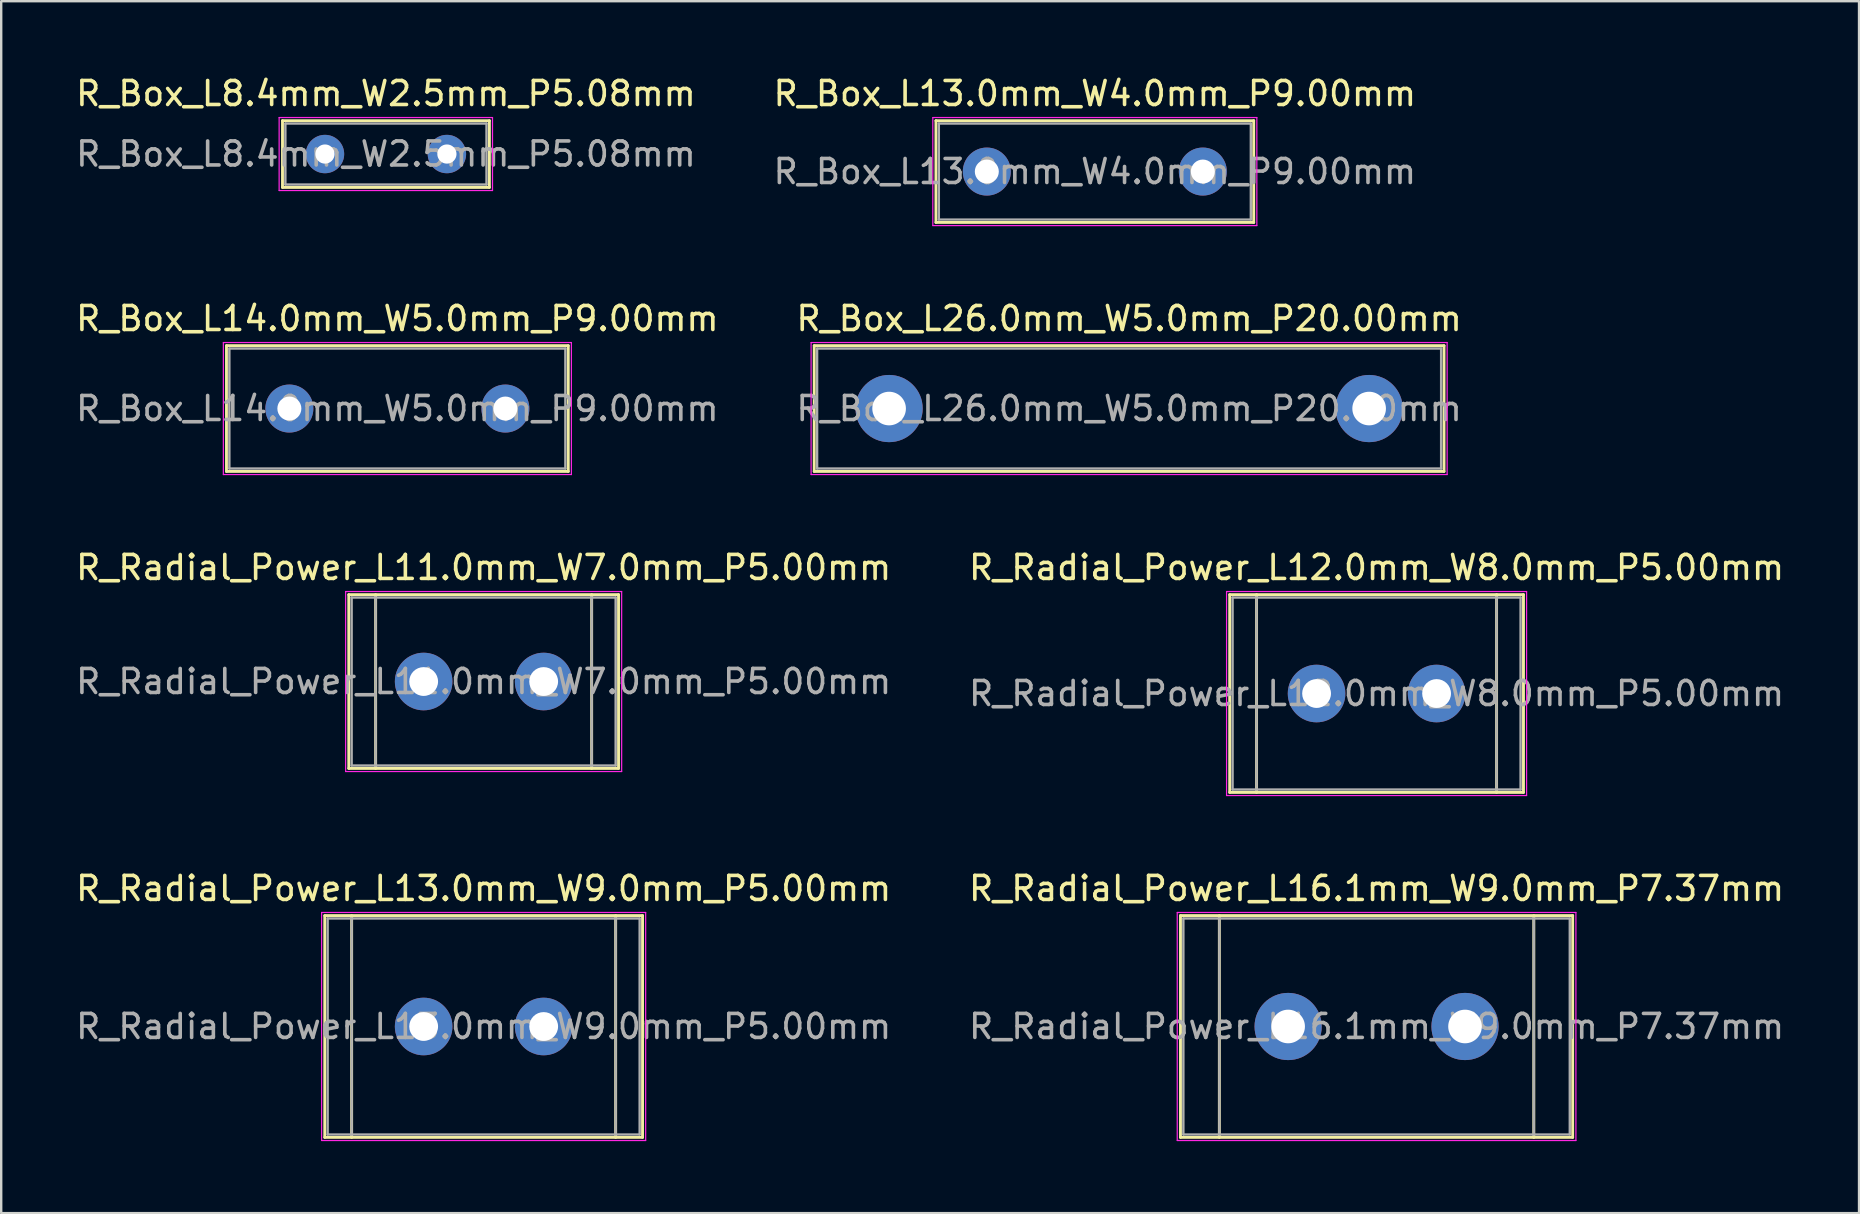
<source format=kicad_pcb>
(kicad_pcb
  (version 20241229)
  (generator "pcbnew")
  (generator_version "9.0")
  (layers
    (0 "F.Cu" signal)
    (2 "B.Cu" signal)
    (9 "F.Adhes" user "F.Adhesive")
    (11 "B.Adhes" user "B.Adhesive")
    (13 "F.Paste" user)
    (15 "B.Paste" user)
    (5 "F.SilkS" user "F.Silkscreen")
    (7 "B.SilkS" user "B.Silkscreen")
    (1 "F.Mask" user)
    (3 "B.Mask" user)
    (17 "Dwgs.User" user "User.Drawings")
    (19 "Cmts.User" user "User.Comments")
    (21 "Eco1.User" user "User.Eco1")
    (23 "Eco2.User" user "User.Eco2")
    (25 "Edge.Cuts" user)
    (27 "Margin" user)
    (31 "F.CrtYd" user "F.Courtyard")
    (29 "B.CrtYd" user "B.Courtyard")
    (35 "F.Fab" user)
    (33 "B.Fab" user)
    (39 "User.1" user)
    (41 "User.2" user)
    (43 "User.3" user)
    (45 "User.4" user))
  (footprint "R_Box_L8.4mm_W2.5mm_P5.08mm"
    (layer "F.Cu")
    (at 10.49 3.368)
    (property "Reference" "R_Box_L8.4mm_W2.5mm_P5.08mm" (at 2.54 -2.52 0) (layer "F.SilkS") (effects (font (size 1 1) (thickness 0.15))))
    (attr through_hole)
    (fp_line (start -1.77 -1.39) (end -1.77 1.39) (stroke (width 0.12) (type solid)) (layer "F.SilkS"))
    (fp_line (start -1.77 -1.39) (end 6.85 -1.39) (stroke (width 0.12) (type solid)) (layer "F.SilkS"))
    (fp_line (start -1.77 1.39) (end 6.85 1.39) (stroke (width 0.12) (type solid)) (layer "F.SilkS"))
    (fp_line (start 6.85 -1.39) (end 6.85 1.39) (stroke (width 0.12) (type solid)) (layer "F.SilkS"))
    (fp_line (start -1.91 -1.52) (end -1.91 1.52) (stroke (width 0.05) (type solid)) (layer "F.CrtYd"))
    (fp_line (start -1.91 1.52) (end 6.98 1.52) (stroke (width 0.05) (type solid)) (layer "F.CrtYd"))
    (fp_line (start 6.98 -1.52) (end -1.91 -1.52) (stroke (width 0.05) (type solid)) (layer "F.CrtYd"))
    (fp_line (start 6.98 1.52) (end 6.98 -1.52) (stroke (width 0.05) (type solid)) (layer "F.CrtYd"))
    (fp_line (start -1.65 -1.27) (end -1.65 1.27) (stroke (width 0.1) (type solid)) (layer "F.Fab"))
    (fp_line (start -1.65 1.27) (end 6.73 1.27) (stroke (width 0.1) (type solid)) (layer "F.Fab"))
    (fp_line (start 6.73 -1.27) (end -1.65 -1.27) (stroke (width 0.1) (type solid)) (layer "F.Fab"))
    (fp_line (start 6.73 1.27) (end 6.73 -1.27) (stroke (width 0.1) (type solid)) (layer "F.Fab"))
    (fp_text user "${REFERENCE}" (at 2.54 0 0) (layer "F.Fab") (effects (font (size 1 1) (thickness 0.15))))
    (pad "1" thru_hole circle (at 0 0) (size 1.6 1.6) (drill 0.8) (layers "*.Cu" "*.Mask"))
    (pad "2" thru_hole circle (at 5.08 0) (size 1.6 1.6) (drill 0.8) (layers "*.Cu" "*.Mask")))
  (footprint "R_Radial_Power_L12.0mm_W8.0mm_P5.00mm"
    (layer "F.Cu")
    (at 51.804 25.845)
    (property "Reference" "R_Radial_Power_L12.0mm_W8.0mm_P5.00mm" (at 2.5 -5.25 0) (layer "F.SilkS") (effects (font (size 1 1) (thickness 0.15))))
    (attr through_hole)
    (fp_line (start -3.62 -4.12) (end -3.62 4.12) (stroke (width 0.12) (type solid)) (layer "F.SilkS"))
    (fp_line (start -3.62 -4.12) (end 8.62 -4.12) (stroke (width 0.12) (type solid)) (layer "F.SilkS"))
    (fp_line (start -3.62 4.12) (end 8.62 4.12) (stroke (width 0.12) (type solid)) (layer "F.SilkS"))
    (fp_line (start -2.5 -4.12) (end -2.5 4.12) (stroke (width 0.12) (type solid)) (layer "F.SilkS"))
    (fp_line (start 7.5 -4.12) (end 7.5 4.12) (stroke (width 0.12) (type solid)) (layer "F.SilkS"))
    (fp_line (start 8.62 -4.12) (end 8.62 4.12) (stroke (width 0.12) (type solid)) (layer "F.SilkS"))
    (fp_line (start -3.75 -4.25) (end -3.75 4.25) (stroke (width 0.05) (type solid)) (layer "F.CrtYd"))
    (fp_line (start -3.75 4.25) (end 8.75 4.25) (stroke (width 0.05) (type solid)) (layer "F.CrtYd"))
    (fp_line (start 8.75 -4.25) (end -3.75 -4.25) (stroke (width 0.05) (type solid)) (layer "F.CrtYd"))
    (fp_line (start 8.75 4.25) (end 8.75 -4.25) (stroke (width 0.05) (type solid)) (layer "F.CrtYd"))
    (fp_line (start -3.5 -4) (end -3.5 4) (stroke (width 0.1) (type solid)) (layer "F.Fab"))
    (fp_line (start -3.5 4) (end 8.5 4) (stroke (width 0.1) (type solid)) (layer "F.Fab"))
    (fp_line (start -2.5 -4) (end -2.5 4) (stroke (width 0.1) (type solid)) (layer "F.Fab"))
    (fp_line (start 7.5 -4) (end 7.5 4) (stroke (width 0.1) (type solid)) (layer "F.Fab"))
    (fp_line (start 8.5 -4) (end -3.5 -4) (stroke (width 0.1) (type solid)) (layer "F.Fab"))
    (fp_line (start 8.5 4) (end 8.5 -4) (stroke (width 0.1) (type solid)) (layer "F.Fab"))
    (fp_text user "${REFERENCE}" (at 2.5 0 0) (layer "F.Fab") (effects (font (size 1 1) (thickness 0.15))))
    (pad "1" thru_hole circle (at 0 0) (size 2.4 2.4) (drill 1.2) (layers "*.Cu" "*.Mask"))
    (pad "2" thru_hole circle (at 5 0) (size 2.4 2.4) (drill 1.2) (layers "*.Cu" "*.Mask")))
  (footprint "R_Box_L13.0mm_W4.0mm_P9.00mm"
    (layer "F.Cu")
    (at 38.065 4.098)
    (property "Reference" "R_Box_L13.0mm_W4.0mm_P9.00mm" (at 4.5 -3.25 0) (layer "F.SilkS") (effects (font (size 1 1) (thickness 0.15))))
    (attr through_hole)
    (fp_line (start -2.12 -2.12) (end -2.12 2.12) (stroke (width 0.12) (type solid)) (layer "F.SilkS"))
    (fp_line (start -2.12 -2.12) (end 11.12 -2.12) (stroke (width 0.12) (type solid)) (layer "F.SilkS"))
    (fp_line (start -2.12 2.12) (end 11.12 2.12) (stroke (width 0.12) (type solid)) (layer "F.SilkS"))
    (fp_line (start 11.12 -2.12) (end 11.12 2.12) (stroke (width 0.12) (type solid)) (layer "F.SilkS"))
    (fp_line (start -2.25 -2.25) (end -2.25 2.25) (stroke (width 0.05) (type solid)) (layer "F.CrtYd"))
    (fp_line (start -2.25 2.25) (end 11.25 2.25) (stroke (width 0.05) (type solid)) (layer "F.CrtYd"))
    (fp_line (start 11.25 -2.25) (end -2.25 -2.25) (stroke (width 0.05) (type solid)) (layer "F.CrtYd"))
    (fp_line (start 11.25 2.25) (end 11.25 -2.25) (stroke (width 0.05) (type solid)) (layer "F.CrtYd"))
    (fp_line (start -2 -2) (end -2 2) (stroke (width 0.1) (type solid)) (layer "F.Fab"))
    (fp_line (start -2 2) (end 11 2) (stroke (width 0.1) (type solid)) (layer "F.Fab"))
    (fp_line (start 11 -2) (end -2 -2) (stroke (width 0.1) (type solid)) (layer "F.Fab"))
    (fp_line (start 11 2) (end 11 -2) (stroke (width 0.1) (type solid)) (layer "F.Fab"))
    (fp_text user "${REFERENCE}" (at 4.5 0 0) (layer "F.Fab") (effects (font (size 1 1) (thickness 0.15))))
    (pad "1" thru_hole circle (at 0 0) (size 2 2) (drill 1) (layers "*.Cu" "*.Mask"))
    (pad "2" thru_hole circle (at 9 0) (size 2 2) (drill 1) (layers "*.Cu" "*.Mask")))
  (footprint "R_Radial_Power_L16.1mm_W9.0mm_P7.37mm"
    (layer "F.Cu")
    (at 50.619 39.718)
    (property "Reference" "R_Radial_Power_L16.1mm_W9.0mm_P7.37mm" (at 3.685 -5.75 0) (layer "F.SilkS") (effects (font (size 1 1) (thickness 0.15))))
    (attr through_hole)
    (fp_line (start -4.485 -4.62) (end -4.485 4.62) (stroke (width 0.12) (type solid)) (layer "F.SilkS"))
    (fp_line (start -4.485 -4.62) (end 11.855 -4.62) (stroke (width 0.12) (type solid)) (layer "F.SilkS"))
    (fp_line (start -4.485 4.62) (end 11.855 4.62) (stroke (width 0.12) (type solid)) (layer "F.SilkS"))
    (fp_line (start -2.866 -4.62) (end -2.866 4.62) (stroke (width 0.12) (type solid)) (layer "F.SilkS"))
    (fp_line (start 10.236 -4.62) (end 10.236 4.62) (stroke (width 0.12) (type solid)) (layer "F.SilkS"))
    (fp_line (start 11.855 -4.62) (end 11.855 4.62) (stroke (width 0.12) (type solid)) (layer "F.SilkS"))
    (fp_line (start -4.62 -4.75) (end -4.62 4.75) (stroke (width 0.05) (type solid)) (layer "F.CrtYd"))
    (fp_line (start -4.62 4.75) (end 11.99 4.75) (stroke (width 0.05) (type solid)) (layer "F.CrtYd"))
    (fp_line (start 11.99 -4.75) (end -4.62 -4.75) (stroke (width 0.05) (type solid)) (layer "F.CrtYd"))
    (fp_line (start 11.99 4.75) (end 11.99 -4.75) (stroke (width 0.05) (type solid)) (layer "F.CrtYd"))
    (fp_line (start -4.365 -4.5) (end -4.365 4.5) (stroke (width 0.1) (type solid)) (layer "F.Fab"))
    (fp_line (start -4.365 4.5) (end 11.735 4.5) (stroke (width 0.1) (type solid)) (layer "F.Fab"))
    (fp_line (start -2.865 -4.5) (end -2.865 4.5) (stroke (width 0.1) (type solid)) (layer "F.Fab"))
    (fp_line (start 10.235 -4.5) (end 10.235 4.5) (stroke (width 0.1) (type solid)) (layer "F.Fab"))
    (fp_line (start 11.735 -4.5) (end -4.365 -4.5) (stroke (width 0.1) (type solid)) (layer "F.Fab"))
    (fp_line (start 11.735 4.5) (end 11.735 -4.5) (stroke (width 0.1) (type solid)) (layer "F.Fab"))
    (fp_text user "${REFERENCE}" (at 3.685 0 0) (layer "F.Fab") (effects (font (size 1 1) (thickness 0.15))))
    (pad "1" thru_hole circle (at 0 0) (size 2.8 2.8) (drill 1.4) (layers "*.Cu" "*.Mask"))
    (pad "2" thru_hole circle (at 7.37 0) (size 2.8 2.8) (drill 1.4) (layers "*.Cu" "*.Mask")))
  (footprint "R_Box_L14.0mm_W5.0mm_P9.00mm"
    (layer "F.Cu")
    (at 9.006 13.972)
    (property "Reference" "R_Box_L14.0mm_W5.0mm_P9.00mm" (at 4.5 -3.75 0) (layer "F.SilkS") (effects (font (size 1 1) (thickness 0.15))))
    (attr through_hole)
    (fp_line (start -2.62 -2.62) (end -2.62 2.62) (stroke (width 0.12) (type solid)) (layer "F.SilkS"))
    (fp_line (start -2.62 -2.62) (end 11.62 -2.62) (stroke (width 0.12) (type solid)) (layer "F.SilkS"))
    (fp_line (start -2.62 2.62) (end 11.62 2.62) (stroke (width 0.12) (type solid)) (layer "F.SilkS"))
    (fp_line (start 11.62 -2.62) (end 11.62 2.62) (stroke (width 0.12) (type solid)) (layer "F.SilkS"))
    (fp_line (start -2.75 -2.75) (end -2.75 2.75) (stroke (width 0.05) (type solid)) (layer "F.CrtYd"))
    (fp_line (start -2.75 2.75) (end 11.75 2.75) (stroke (width 0.05) (type solid)) (layer "F.CrtYd"))
    (fp_line (start 11.75 -2.75) (end -2.75 -2.75) (stroke (width 0.05) (type solid)) (layer "F.CrtYd"))
    (fp_line (start 11.75 2.75) (end 11.75 -2.75) (stroke (width 0.05) (type solid)) (layer "F.CrtYd"))
    (fp_line (start -2.5 -2.5) (end -2.5 2.5) (stroke (width 0.1) (type solid)) (layer "F.Fab"))
    (fp_line (start -2.5 2.5) (end 11.5 2.5) (stroke (width 0.1) (type solid)) (layer "F.Fab"))
    (fp_line (start 11.5 -2.5) (end -2.5 -2.5) (stroke (width 0.1) (type solid)) (layer "F.Fab"))
    (fp_line (start 11.5 2.5) (end 11.5 -2.5) (stroke (width 0.1) (type solid)) (layer "F.Fab"))
    (fp_text user "${REFERENCE}" (at 4.5 0 0) (layer "F.Fab") (effects (font (size 1 1) (thickness 0.15))))
    (pad "1" thru_hole circle (at 0 0) (size 2 2) (drill 1) (layers "*.Cu" "*.Mask"))
    (pad "2" thru_hole circle (at 9 0) (size 2 2) (drill 1) (layers "*.Cu" "*.Mask")))
  (footprint "R_Radial_Power_L11.0mm_W7.0mm_P5.00mm"
    (layer "F.Cu")
    (at 14.601 25.345)
    (property "Reference" "R_Radial_Power_L11.0mm_W7.0mm_P5.00mm" (at 2.5 -4.75 0) (layer "F.SilkS") (effects (font (size 1 1) (thickness 0.15))))
    (attr through_hole)
    (fp_line (start -3.12 -3.62) (end -3.12 3.62) (stroke (width 0.12) (type solid)) (layer "F.SilkS"))
    (fp_line (start -3.12 -3.62) (end 8.12 -3.62) (stroke (width 0.12) (type solid)) (layer "F.SilkS"))
    (fp_line (start -3.12 3.62) (end 8.12 3.62) (stroke (width 0.12) (type solid)) (layer "F.SilkS"))
    (fp_line (start -2 -3.62) (end -2 3.62) (stroke (width 0.12) (type solid)) (layer "F.SilkS"))
    (fp_line (start 7 -3.62) (end 7 3.62) (stroke (width 0.12) (type solid)) (layer "F.SilkS"))
    (fp_line (start 8.12 -3.62) (end 8.12 3.62) (stroke (width 0.12) (type solid)) (layer "F.SilkS"))
    (fp_line (start -3.25 -3.75) (end -3.25 3.75) (stroke (width 0.05) (type solid)) (layer "F.CrtYd"))
    (fp_line (start -3.25 3.75) (end 8.25 3.75) (stroke (width 0.05) (type solid)) (layer "F.CrtYd"))
    (fp_line (start 8.25 -3.75) (end -3.25 -3.75) (stroke (width 0.05) (type solid)) (layer "F.CrtYd"))
    (fp_line (start 8.25 3.75) (end 8.25 -3.75) (stroke (width 0.05) (type solid)) (layer "F.CrtYd"))
    (fp_line (start -3 -3.5) (end -3 3.5) (stroke (width 0.1) (type solid)) (layer "F.Fab"))
    (fp_line (start -3 3.5) (end 8 3.5) (stroke (width 0.1) (type solid)) (layer "F.Fab"))
    (fp_line (start -2 -3.5) (end -2 3.5) (stroke (width 0.1) (type solid)) (layer "F.Fab"))
    (fp_line (start 7 -3.5) (end 7 3.5) (stroke (width 0.1) (type solid)) (layer "F.Fab"))
    (fp_line (start 8 -3.5) (end -3 -3.5) (stroke (width 0.1) (type solid)) (layer "F.Fab"))
    (fp_line (start 8 3.5) (end 8 -3.5) (stroke (width 0.1) (type solid)) (layer "F.Fab"))
    (fp_text user "${REFERENCE}" (at 2.5 0 0) (layer "F.Fab") (effects (font (size 1 1) (thickness 0.15))))
    (pad "1" thru_hole circle (at 0 0) (size 2.4 2.4) (drill 1.2) (layers "*.Cu" "*.Mask"))
    (pad "2" thru_hole circle (at 5 0) (size 2.4 2.4) (drill 1.2) (layers "*.Cu" "*.Mask")))
  (footprint "R_Radial_Power_L13.0mm_W9.0mm_P5.00mm"
    (layer "F.Cu")
    (at 14.601 39.718)
    (property "Reference" "R_Radial_Power_L13.0mm_W9.0mm_P5.00mm" (at 2.5 -5.75 0) (layer "F.SilkS") (effects (font (size 1 1) (thickness 0.15))))
    (attr through_hole)
    (fp_line (start -4.12 -4.62) (end -4.12 4.62) (stroke (width 0.12) (type solid)) (layer "F.SilkS"))
    (fp_line (start -4.12 -4.62) (end 9.12 -4.62) (stroke (width 0.12) (type solid)) (layer "F.SilkS"))
    (fp_line (start -4.12 4.62) (end 9.12 4.62) (stroke (width 0.12) (type solid)) (layer "F.SilkS"))
    (fp_line (start -3 -4.62) (end -3 4.62) (stroke (width 0.12) (type solid)) (layer "F.SilkS"))
    (fp_line (start 8 -4.62) (end 8 4.62) (stroke (width 0.12) (type solid)) (layer "F.SilkS"))
    (fp_line (start 9.12 -4.62) (end 9.12 4.62) (stroke (width 0.12) (type solid)) (layer "F.SilkS"))
    (fp_line (start -4.25 -4.75) (end -4.25 4.75) (stroke (width 0.05) (type solid)) (layer "F.CrtYd"))
    (fp_line (start -4.25 4.75) (end 9.25 4.75) (stroke (width 0.05) (type solid)) (layer "F.CrtYd"))
    (fp_line (start 9.25 -4.75) (end -4.25 -4.75) (stroke (width 0.05) (type solid)) (layer "F.CrtYd"))
    (fp_line (start 9.25 4.75) (end 9.25 -4.75) (stroke (width 0.05) (type solid)) (layer "F.CrtYd"))
    (fp_line (start -4 -4.5) (end -4 4.5) (stroke (width 0.1) (type solid)) (layer "F.Fab"))
    (fp_line (start -4 4.5) (end 9 4.5) (stroke (width 0.1) (type solid)) (layer "F.Fab"))
    (fp_line (start -3 -4.5) (end -3 4.5) (stroke (width 0.1) (type solid)) (layer "F.Fab"))
    (fp_line (start 8 -4.5) (end 8 4.5) (stroke (width 0.1) (type solid)) (layer "F.Fab"))
    (fp_line (start 9 -4.5) (end -4 -4.5) (stroke (width 0.1) (type solid)) (layer "F.Fab"))
    (fp_line (start 9 4.5) (end 9 -4.5) (stroke (width 0.1) (type solid)) (layer "F.Fab"))
    (fp_text user "${REFERENCE}" (at 2.5 0 0) (layer "F.Fab") (effects (font (size 1 1) (thickness 0.15))))
    (pad "1" thru_hole circle (at 0 0) (size 2.4 2.4) (drill 1.2) (layers "*.Cu" "*.Mask"))
    (pad "2" thru_hole circle (at 5 0) (size 2.4 2.4) (drill 1.2) (layers "*.Cu" "*.Mask")))
  (footprint "R_Box_L26.0mm_W5.0mm_P20.00mm"
    (layer "F.Cu")
    (at 33.994 13.972)
    (property "Reference" "R_Box_L26.0mm_W5.0mm_P20.00mm" (at 10 -3.75 0) (layer "F.SilkS") (effects (font (size 1 1) (thickness 0.15))))
    (attr through_hole)
    (fp_line (start -3.12 -2.62) (end -3.12 2.62) (stroke (width 0.12) (type solid)) (layer "F.SilkS"))
    (fp_line (start -3.12 -2.62) (end 23.12 -2.62) (stroke (width 0.12) (type solid)) (layer "F.SilkS"))
    (fp_line (start -3.12 2.62) (end 23.12 2.62) (stroke (width 0.12) (type solid)) (layer "F.SilkS"))
    (fp_line (start 23.12 -2.62) (end 23.12 2.62) (stroke (width 0.12) (type solid)) (layer "F.SilkS"))
    (fp_line (start -3.25 -2.75) (end -3.25 2.75) (stroke (width 0.05) (type solid)) (layer "F.CrtYd"))
    (fp_line (start -3.25 2.75) (end 23.25 2.75) (stroke (width 0.05) (type solid)) (layer "F.CrtYd"))
    (fp_line (start 23.25 -2.75) (end -3.25 -2.75) (stroke (width 0.05) (type solid)) (layer "F.CrtYd"))
    (fp_line (start 23.25 2.75) (end 23.25 -2.75) (stroke (width 0.05) (type solid)) (layer "F.CrtYd"))
    (fp_line (start -3 -2.5) (end -3 2.5) (stroke (width 0.1) (type solid)) (layer "F.Fab"))
    (fp_line (start -3 2.5) (end 23 2.5) (stroke (width 0.1) (type solid)) (layer "F.Fab"))
    (fp_line (start 23 -2.5) (end -3 -2.5) (stroke (width 0.1) (type solid)) (layer "F.Fab"))
    (fp_line (start 23 2.5) (end 23 -2.5) (stroke (width 0.1) (type solid)) (layer "F.Fab"))
    (fp_text user "${REFERENCE}" (at 10 0 0) (layer "F.Fab") (effects (font (size 1 1) (thickness 0.15))))
    (pad "1" thru_hole circle (at 0 0) (size 2.8 2.8) (drill 1.4) (layers "*.Cu" "*.Mask"))
    (pad "2" thru_hole circle (at 20 0) (size 2.8 2.8) (drill 1.4) (layers "*.Cu" "*.Mask")))
  (gr_rect
    (start -3 -3)
    (end 74.405 47.493)
    (stroke (width 0.1) (type default))
    (fill no)
    (layer "Edge.Cuts")))
</source>
